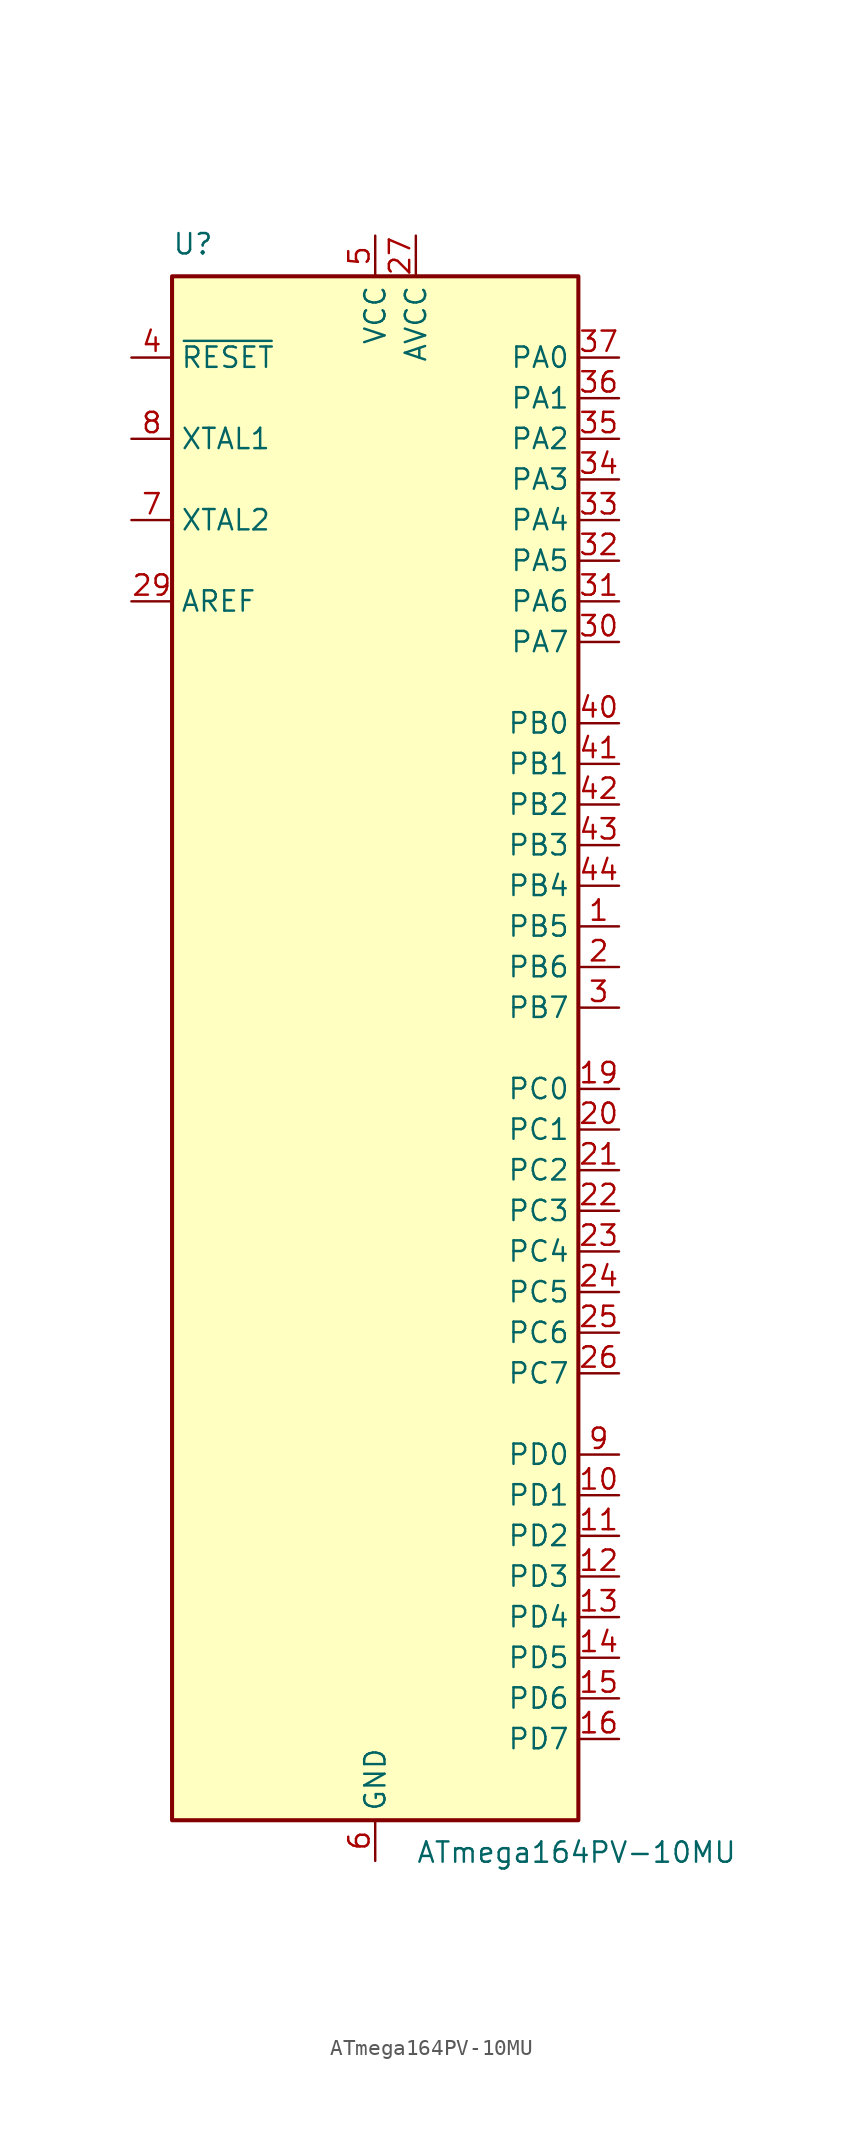
<source format=kicad_sym>
(kicad_symbol_lib
  (version 20211014)
  (generator kicad_symbol_editor)
  (symbol "ATmega164PV-10MU"
    (property "Reference" "U"
      (at -12.7 49.53 0)
      (effects (font (size 1.27 1.27)) (justify left bottom)))
    (property "Value" "ATmega164PV-10MU"
      (at 2.54 -49.53 0)
      (effects (font (size 1.27 1.27)) (justify left top)))
    (symbol "ATmega164PV-10MU_0_1"
      (rectangle (start -12.7 -48.26) (end 12.7 48.26) (stroke (width 0.254) (type default) (color 0 0 0 0)) (fill (type background))))
    (symbol "ATmega164PV-10MU_1_1"
      (pin bidirectional line (at 15.24 7.62 180) (length 2.54) (name "PB5" (effects (font (size 1.27 1.27)))) (number "1" (effects (font (size 1.27 1.27)))))
      (pin bidirectional line (at 15.24 -27.94 180) (length 2.54) (name "PD1" (effects (font (size 1.27 1.27)))) (number "10" (effects (font (size 1.27 1.27)))))
      (pin bidirectional line (at 15.24 -30.48 180) (length 2.54) (name "PD2" (effects (font (size 1.27 1.27)))) (number "11" (effects (font (size 1.27 1.27)))))
      (pin bidirectional line (at 15.24 -33.02 180) (length 2.54) (name "PD3" (effects (font (size 1.27 1.27)))) (number "12" (effects (font (size 1.27 1.27)))))
      (pin bidirectional line (at 15.24 -35.56 180) (length 2.54) (name "PD4" (effects (font (size 1.27 1.27)))) (number "13" (effects (font (size 1.27 1.27)))))
      (pin bidirectional line (at 15.24 -38.1 180) (length 2.54) (name "PD5" (effects (font (size 1.27 1.27)))) (number "14" (effects (font (size 1.27 1.27)))))
      (pin bidirectional line (at 15.24 -40.64 180) (length 2.54) (name "PD6" (effects (font (size 1.27 1.27)))) (number "15" (effects (font (size 1.27 1.27)))))
      (pin bidirectional line (at 15.24 -43.18 180) (length 2.54) (name "PD7" (effects (font (size 1.27 1.27)))) (number "16" (effects (font (size 1.27 1.27)))))
      (pin passive line (at 0 50.8 270) (length 2.54) hide (name "VCC" (effects (font (size 1.27 1.27)))) (number "17" (effects (font (size 1.27 1.27)))))
      (pin passive line (at 0 -50.8 90) (length 2.54) hide (name "GND" (effects (font (size 1.27 1.27)))) (number "18" (effects (font (size 1.27 1.27)))))
      (pin bidirectional line (at 15.24 -2.54 180) (length 2.54) (name "PC0" (effects (font (size 1.27 1.27)))) (number "19" (effects (font (size 1.27 1.27)))))
      (pin bidirectional line (at 15.24 5.08 180) (length 2.54) (name "PB6" (effects (font (size 1.27 1.27)))) (number "2" (effects (font (size 1.27 1.27)))))
      (pin bidirectional line (at 15.24 -5.08 180) (length 2.54) (name "PC1" (effects (font (size 1.27 1.27)))) (number "20" (effects (font (size 1.27 1.27)))))
      (pin bidirectional line (at 15.24 -7.62 180) (length 2.54) (name "PC2" (effects (font (size 1.27 1.27)))) (number "21" (effects (font (size 1.27 1.27)))))
      (pin bidirectional line (at 15.24 -10.16 180) (length 2.54) (name "PC3" (effects (font (size 1.27 1.27)))) (number "22" (effects (font (size 1.27 1.27)))))
      (pin bidirectional line (at 15.24 -12.7 180) (length 2.54) (name "PC4" (effects (font (size 1.27 1.27)))) (number "23" (effects (font (size 1.27 1.27)))))
      (pin bidirectional line (at 15.24 -15.24 180) (length 2.54) (name "PC5" (effects (font (size 1.27 1.27)))) (number "24" (effects (font (size 1.27 1.27)))))
      (pin bidirectional line (at 15.24 -17.78 180) (length 2.54) (name "PC6" (effects (font (size 1.27 1.27)))) (number "25" (effects (font (size 1.27 1.27)))))
      (pin bidirectional line (at 15.24 -20.32 180) (length 2.54) (name "PC7" (effects (font (size 1.27 1.27)))) (number "26" (effects (font (size 1.27 1.27)))))
      (pin power_in line (at 2.54 50.8 270) (length 2.54) (name "AVCC" (effects (font (size 1.27 1.27)))) (number "27" (effects (font (size 1.27 1.27)))))
      (pin passive line (at 0 -50.8 90) (length 2.54) hide (name "GND" (effects (font (size 1.27 1.27)))) (number "28" (effects (font (size 1.27 1.27)))))
      (pin passive line (at -15.24 27.94 0) (length 2.54) (name "AREF" (effects (font (size 1.27 1.27)))) (number "29" (effects (font (size 1.27 1.27)))))
      (pin bidirectional line (at 15.24 2.54 180) (length 2.54) (name "PB7" (effects (font (size 1.27 1.27)))) (number "3" (effects (font (size 1.27 1.27)))))
      (pin bidirectional line (at 15.24 25.4 180) (length 2.54) (name "PA7" (effects (font (size 1.27 1.27)))) (number "30" (effects (font (size 1.27 1.27)))))
      (pin bidirectional line (at 15.24 27.94 180) (length 2.54) (name "PA6" (effects (font (size 1.27 1.27)))) (number "31" (effects (font (size 1.27 1.27)))))
      (pin bidirectional line (at 15.24 30.48 180) (length 2.54) (name "PA5" (effects (font (size 1.27 1.27)))) (number "32" (effects (font (size 1.27 1.27)))))
      (pin bidirectional line (at 15.24 33.02 180) (length 2.54) (name "PA4" (effects (font (size 1.27 1.27)))) (number "33" (effects (font (size 1.27 1.27)))))
      (pin bidirectional line (at 15.24 35.56 180) (length 2.54) (name "PA3" (effects (font (size 1.27 1.27)))) (number "34" (effects (font (size 1.27 1.27)))))
      (pin bidirectional line (at 15.24 38.1 180) (length 2.54) (name "PA2" (effects (font (size 1.27 1.27)))) (number "35" (effects (font (size 1.27 1.27)))))
      (pin bidirectional line (at 15.24 40.64 180) (length 2.54) (name "PA1" (effects (font (size 1.27 1.27)))) (number "36" (effects (font (size 1.27 1.27)))))
      (pin bidirectional line (at 15.24 43.18 180) (length 2.54) (name "PA0" (effects (font (size 1.27 1.27)))) (number "37" (effects (font (size 1.27 1.27)))))
      (pin passive line (at 0 50.8 270) (length 2.54) hide (name "VCC" (effects (font (size 1.27 1.27)))) (number "38" (effects (font (size 1.27 1.27)))))
      (pin passive line (at 0 -50.8 90) (length 2.54) hide (name "GND" (effects (font (size 1.27 1.27)))) (number "39" (effects (font (size 1.27 1.27)))))
      (pin input line (at -15.24 43.18 0) (length 2.54) (name "~{RESET}" (effects (font (size 1.27 1.27)))) (number "4" (effects (font (size 1.27 1.27)))))
      (pin bidirectional line (at 15.24 20.32 180) (length 2.54) (name "PB0" (effects (font (size 1.27 1.27)))) (number "40" (effects (font (size 1.27 1.27)))))
      (pin bidirectional line (at 15.24 17.78 180) (length 2.54) (name "PB1" (effects (font (size 1.27 1.27)))) (number "41" (effects (font (size 1.27 1.27)))))
      (pin bidirectional line (at 15.24 15.24 180) (length 2.54) (name "PB2" (effects (font (size 1.27 1.27)))) (number "42" (effects (font (size 1.27 1.27)))))
      (pin bidirectional line (at 15.24 12.7 180) (length 2.54) (name "PB3" (effects (font (size 1.27 1.27)))) (number "43" (effects (font (size 1.27 1.27)))))
      (pin bidirectional line (at 15.24 10.16 180) (length 2.54) (name "PB4" (effects (font (size 1.27 1.27)))) (number "44" (effects (font (size 1.27 1.27)))))
      (pin passive line (at 0 -50.8 90) (length 2.54) hide (name "GND" (effects (font (size 1.27 1.27)))) (number "45" (effects (font (size 1.27 1.27)))))
      (pin power_in line (at 0 50.8 270) (length 2.54) (name "VCC" (effects (font (size 1.27 1.27)))) (number "5" (effects (font (size 1.27 1.27)))))
      (pin power_in line (at 0 -50.8 90) (length 2.54) (name "GND" (effects (font (size 1.27 1.27)))) (number "6" (effects (font (size 1.27 1.27)))))
      (pin output line (at -15.24 33.02 0) (length 2.54) (name "XTAL2" (effects (font (size 1.27 1.27)))) (number "7" (effects (font (size 1.27 1.27)))))
      (pin input line (at -15.24 38.1 0) (length 2.54) (name "XTAL1" (effects (font (size 1.27 1.27)))) (number "8" (effects (font (size 1.27 1.27)))))
      (pin bidirectional line (at 15.24 -25.4 180) (length 2.54) (name "PD0" (effects (font (size 1.27 1.27)))) (number "9" (effects (font (size 1.27 1.27))))))))
</source>
